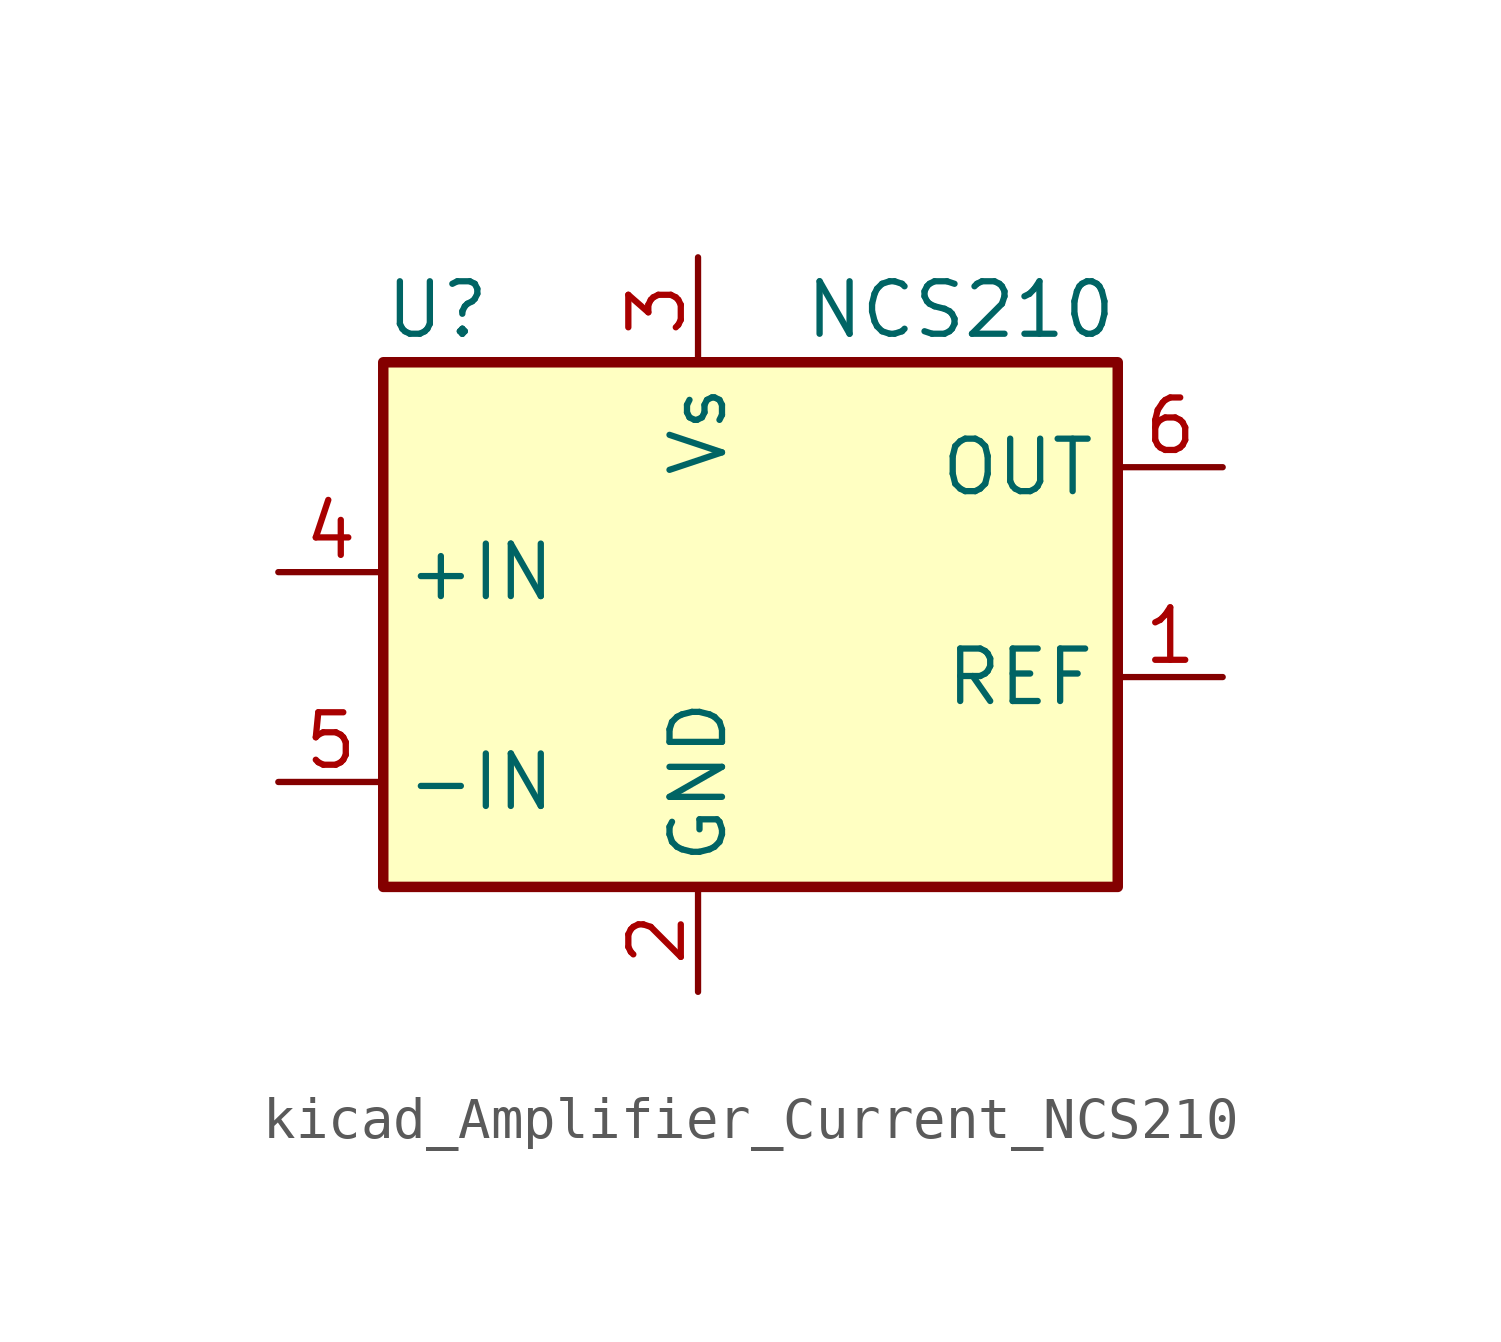
<source format=kicad_sym>
(kicad_symbol_lib
  (version 20220914)
  (generator kicad_symbol_editor)
  (symbol "kicad_Amplifier_Current_NCS210"
    (property "Reference" "U"
      (at -7.62 8.89 0)
      (effects (font (size 1.27 1.27)) (justify left)))
    (property "Value" "NCS210"
      (at 2.54 8.89 0)
      (effects (font (size 1.27 1.27)) (justify left)))
    (symbol "kicad_Amplifier_Current_NCS210_0_1"
      (rectangle (start -7.62 7.62) (end 10.16 -5.08) (stroke (width 0.254) (type default)) (fill (type background))))
    (symbol "kicad_Amplifier_Current_NCS210_1_1"
      (pin input line (at 12.7 0 180) (length 2.54) (name "REF" (effects (font (size 1.27 1.27)))) (number "1" (effects (font (size 1.27 1.27)))))
      (pin power_in line (at 0 -7.62 90) (length 2.54) (name "GND" (effects (font (size 1.27 1.27)))) (number "2" (effects (font (size 1.27 1.27)))))
      (pin power_in line (at 0 10.16 270) (length 2.54) (name "Vs" (effects (font (size 1.27 1.27)))) (number "3" (effects (font (size 1.27 1.27)))))
      (pin input line (at -10.16 2.54 0) (length 2.54) (name "+IN" (effects (font (size 1.27 1.27)))) (number "4" (effects (font (size 1.27 1.27)))))
      (pin input line (at -10.16 -2.54 0) (length 2.54) (name "-IN" (effects (font (size 1.27 1.27)))) (number "5" (effects (font (size 1.27 1.27)))))
      (pin output line (at 12.7 5.08 180) (length 2.54) (name "OUT" (effects (font (size 1.27 1.27)))) (number "6" (effects (font (size 1.27 1.27))))))))
</source>
